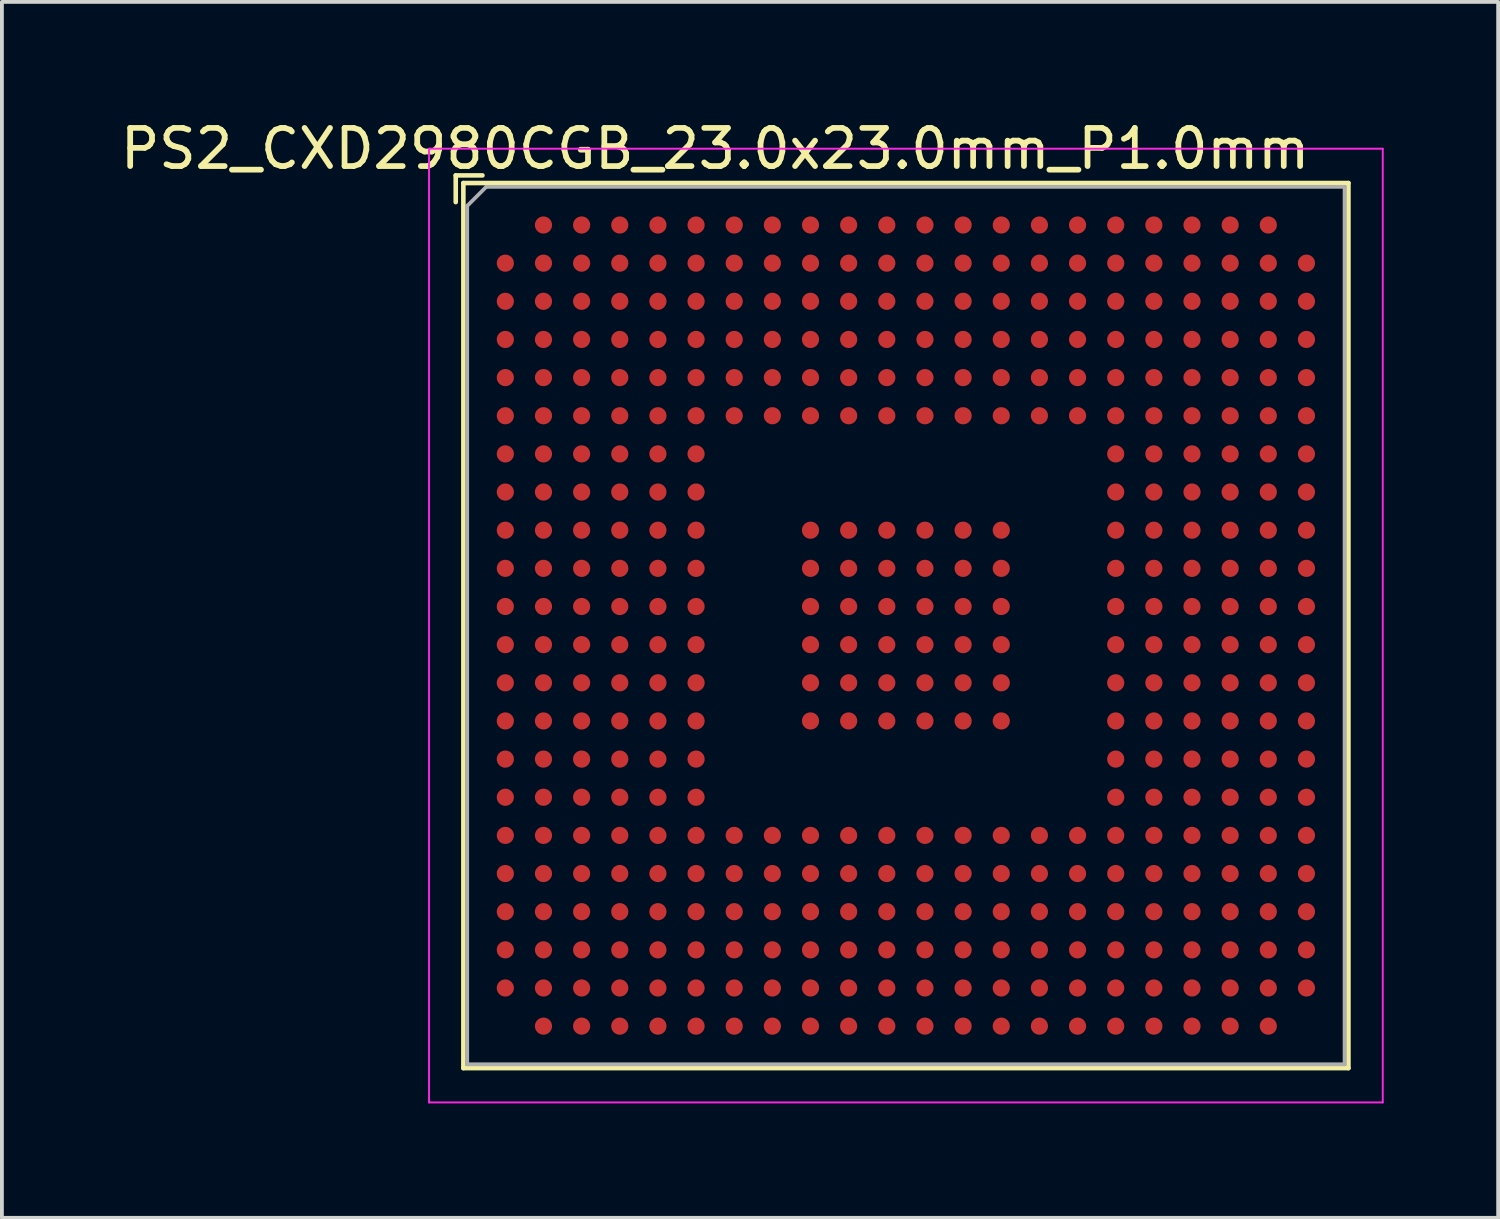
<source format=kicad_pcb>
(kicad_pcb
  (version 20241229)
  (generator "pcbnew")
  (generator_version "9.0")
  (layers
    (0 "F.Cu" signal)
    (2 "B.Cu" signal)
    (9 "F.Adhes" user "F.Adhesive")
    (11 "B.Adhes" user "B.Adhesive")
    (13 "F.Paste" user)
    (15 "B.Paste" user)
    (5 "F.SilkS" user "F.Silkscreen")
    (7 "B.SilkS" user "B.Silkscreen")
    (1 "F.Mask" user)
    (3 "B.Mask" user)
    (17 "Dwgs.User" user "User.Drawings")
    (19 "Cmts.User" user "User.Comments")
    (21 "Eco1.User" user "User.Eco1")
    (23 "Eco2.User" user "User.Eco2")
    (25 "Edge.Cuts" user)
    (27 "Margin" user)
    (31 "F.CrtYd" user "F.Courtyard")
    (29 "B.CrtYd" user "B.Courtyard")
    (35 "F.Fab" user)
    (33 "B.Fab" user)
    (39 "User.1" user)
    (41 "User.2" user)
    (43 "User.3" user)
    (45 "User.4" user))
  (footprint "PS2_CXD2980CGB_23.0x23.0mm_P1.0mm"
    (layer "F.Cu")
    (at 9.196 1.848)
    (property "Reference" "PS2_CXD2980CGB_23.0x23.0mm_P1.0mm" (at 6.5 -1 0) (layer "F.SilkS") (effects (font (size 1 1) (thickness 0.15))))
    (attr smd)
    (fp_line (start -0.3 -0.3) (end 0.4 -0.3) (stroke (width 0.12) (type solid)) (layer "F.SilkS"))
    (fp_line (start -0.3 0.4) (end -0.3 -0.3) (stroke (width 0.12) (type solid)) (layer "F.SilkS"))
    (fp_line (start -0.1 -0.1) (end 23.1 -0.1) (stroke (width 0.12) (type solid)) (layer "F.SilkS"))
    (fp_line (start -0.1 23.1) (end -0.1 -0.1) (stroke (width 0.12) (type solid)) (layer "F.SilkS"))
    (fp_line (start 23.1 -0.1) (end 23.1 23.1) (stroke (width 0.12) (type solid)) (layer "F.SilkS"))
    (fp_line (start 23.1 23.1) (end -0.1 23.1) (stroke (width 0.12) (type solid)) (layer "F.SilkS"))
    (fp_line (start -1 -1) (end -1 24) (stroke (width 0.05) (type solid)) (layer "F.CrtYd"))
    (fp_line (start -1 -1) (end 24 -1) (stroke (width 0.05) (type solid)) (layer "F.CrtYd"))
    (fp_line (start 24 24) (end -1 24) (stroke (width 0.05) (type solid)) (layer "F.CrtYd"))
    (fp_line (start 24 24) (end 24 -1) (stroke (width 0.05) (type solid)) (layer "F.CrtYd"))
    (fp_line (start 0 0.5) (end 0.5 0) (stroke (width 0.1) (type solid)) (layer "F.Fab"))
    (fp_line (start 0 23) (end 0 0.5) (stroke (width 0.1) (type solid)) (layer "F.Fab"))
    (fp_line (start 0.5 0) (end 23 0) (stroke (width 0.1) (type solid)) (layer "F.Fab"))
    (fp_line (start 23 0) (end 23 23) (stroke (width 0.1) (type solid)) (layer "F.Fab"))
    (fp_line (start 23 23) (end 0 23) (stroke (width 0.1) (type solid)) (layer "F.Fab"))
    (pad "A2" smd circle (at 2 1) (size 0.45 0.45) (property pad_prop_bga) (layers "F.Cu" "F.Mask"))
    (pad "A3" smd circle (at 3 1) (size 0.45 0.45) (property pad_prop_bga) (layers "F.Cu" "F.Mask"))
    (pad "A4" smd circle (at 4 1) (size 0.45 0.45) (property pad_prop_bga) (layers "F.Cu" "F.Mask"))
    (pad "A5" smd circle (at 5 1) (size 0.45 0.45) (property pad_prop_bga) (layers "F.Cu" "F.Mask"))
    (pad "A6" smd circle (at 6 1) (size 0.45 0.45) (property pad_prop_bga) (layers "F.Cu" "F.Mask"))
    (pad "A7" smd circle (at 7 1) (size 0.45 0.45) (property pad_prop_bga) (layers "F.Cu" "F.Mask"))
    (pad "A8" smd circle (at 8 1) (size 0.45 0.45) (property pad_prop_bga) (layers "F.Cu" "F.Mask"))
    (pad "A9" smd circle (at 9 1) (size 0.45 0.45) (property pad_prop_bga) (layers "F.Cu" "F.Mask"))
    (pad "A10" smd circle (at 10 1) (size 0.45 0.45) (property pad_prop_bga) (layers "F.Cu" "F.Mask"))
    (pad "A11" smd circle (at 11 1) (size 0.45 0.45) (property pad_prop_bga) (layers "F.Cu" "F.Mask"))
    (pad "A12" smd circle (at 12 1) (size 0.45 0.45) (property pad_prop_bga) (layers "F.Cu" "F.Mask"))
    (pad "A13" smd circle (at 13 1) (size 0.45 0.45) (property pad_prop_bga) (layers "F.Cu" "F.Mask"))
    (pad "A14" smd circle (at 14 1) (size 0.45 0.45) (property pad_prop_bga) (layers "F.Cu" "F.Mask"))
    (pad "A15" smd circle (at 15 1) (size 0.45 0.45) (property pad_prop_bga) (layers "F.Cu" "F.Mask"))
    (pad "A16" smd circle (at 16 1) (size 0.45 0.45) (property pad_prop_bga) (layers "F.Cu" "F.Mask"))
    (pad "A17" smd circle (at 17 1) (size 0.45 0.45) (property pad_prop_bga) (layers "F.Cu" "F.Mask"))
    (pad "A18" smd circle (at 18 1) (size 0.45 0.45) (property pad_prop_bga) (layers "F.Cu" "F.Mask"))
    (pad "A19" smd circle (at 19 1) (size 0.45 0.45) (property pad_prop_bga) (layers "F.Cu" "F.Mask"))
    (pad "A20" smd circle (at 20 1) (size 0.45 0.45) (property pad_prop_bga) (layers "F.Cu" "F.Mask"))
    (pad "A21" smd circle (at 21 1) (size 0.45 0.45) (property pad_prop_bga) (layers "F.Cu" "F.Mask"))
    (pad "AA1" smd circle (at 1 21) (size 0.45 0.45) (property pad_prop_bga) (layers "F.Cu" "F.Mask"))
    (pad "AA2" smd circle (at 2 21) (size 0.45 0.45) (property pad_prop_bga) (layers "F.Cu" "F.Mask"))
    (pad "AA3" smd circle (at 3 21) (size 0.45 0.45) (property pad_prop_bga) (layers "F.Cu" "F.Mask"))
    (pad "AA4" smd circle (at 4 21) (size 0.45 0.45) (property pad_prop_bga) (layers "F.Cu" "F.Mask"))
    (pad "AA5" smd circle (at 5 21) (size 0.45 0.45) (property pad_prop_bga) (layers "F.Cu" "F.Mask"))
    (pad "AA6" smd circle (at 6 21) (size 0.45 0.45) (property pad_prop_bga) (layers "F.Cu" "F.Mask"))
    (pad "AA7" smd circle (at 7 21) (size 0.45 0.45) (property pad_prop_bga) (layers "F.Cu" "F.Mask"))
    (pad "AA8" smd circle (at 8 21) (size 0.45 0.45) (property pad_prop_bga) (layers "F.Cu" "F.Mask"))
    (pad "AA9" smd circle (at 9 21) (size 0.45 0.45) (property pad_prop_bga) (layers "F.Cu" "F.Mask"))
    (pad "AA10" smd circle (at 10 21) (size 0.45 0.45) (property pad_prop_bga) (layers "F.Cu" "F.Mask"))
    (pad "AA11" smd circle (at 11 21) (size 0.45 0.45) (property pad_prop_bga) (layers "F.Cu" "F.Mask"))
    (pad "AA12" smd circle (at 12 21) (size 0.45 0.45) (property pad_prop_bga) (layers "F.Cu" "F.Mask"))
    (pad "AA13" smd circle (at 13 21) (size 0.45 0.45) (property pad_prop_bga) (layers "F.Cu" "F.Mask"))
    (pad "AA14" smd circle (at 14 21) (size 0.45 0.45) (property pad_prop_bga) (layers "F.Cu" "F.Mask"))
    (pad "AA15" smd circle (at 15 21) (size 0.45 0.45) (property pad_prop_bga) (layers "F.Cu" "F.Mask"))
    (pad "AA16" smd circle (at 16 21) (size 0.45 0.45) (property pad_prop_bga) (layers "F.Cu" "F.Mask"))
    (pad "AA17" smd circle (at 17 21) (size 0.45 0.45) (property pad_prop_bga) (layers "F.Cu" "F.Mask"))
    (pad "AA18" smd circle (at 18 21) (size 0.45 0.45) (property pad_prop_bga) (layers "F.Cu" "F.Mask"))
    (pad "AA19" smd circle (at 19 21) (size 0.45 0.45) (property pad_prop_bga) (layers "F.Cu" "F.Mask"))
    (pad "AA20" smd circle (at 20 21) (size 0.45 0.45) (property pad_prop_bga) (layers "F.Cu" "F.Mask"))
    (pad "AA21" smd circle (at 21 21) (size 0.45 0.45) (property pad_prop_bga) (layers "F.Cu" "F.Mask"))
    (pad "AA22" smd circle (at 22 21) (size 0.45 0.45) (property pad_prop_bga) (layers "F.Cu" "F.Mask"))
    (pad "AB2" smd circle (at 2 22) (size 0.45 0.45) (property pad_prop_bga) (layers "F.Cu" "F.Mask"))
    (pad "AB3" smd circle (at 3 22) (size 0.45 0.45) (property pad_prop_bga) (layers "F.Cu" "F.Mask"))
    (pad "AB4" smd circle (at 4 22) (size 0.45 0.45) (property pad_prop_bga) (layers "F.Cu" "F.Mask"))
    (pad "AB5" smd circle (at 5 22) (size 0.45 0.45) (property pad_prop_bga) (layers "F.Cu" "F.Mask"))
    (pad "AB6" smd circle (at 6 22) (size 0.45 0.45) (property pad_prop_bga) (layers "F.Cu" "F.Mask"))
    (pad "AB7" smd circle (at 7 22) (size 0.45 0.45) (property pad_prop_bga) (layers "F.Cu" "F.Mask"))
    (pad "AB8" smd circle (at 8 22) (size 0.45 0.45) (property pad_prop_bga) (layers "F.Cu" "F.Mask"))
    (pad "AB9" smd circle (at 9 22) (size 0.45 0.45) (property pad_prop_bga) (layers "F.Cu" "F.Mask"))
    (pad "AB10" smd circle (at 10 22) (size 0.45 0.45) (property pad_prop_bga) (layers "F.Cu" "F.Mask"))
    (pad "AB11" smd circle (at 11 22) (size 0.45 0.45) (property pad_prop_bga) (layers "F.Cu" "F.Mask"))
    (pad "AB12" smd circle (at 12 22) (size 0.45 0.45) (property pad_prop_bga) (layers "F.Cu" "F.Mask"))
    (pad "AB13" smd circle (at 13 22) (size 0.45 0.45) (property pad_prop_bga) (layers "F.Cu" "F.Mask"))
    (pad "AB14" smd circle (at 14 22) (size 0.45 0.45) (property pad_prop_bga) (layers "F.Cu" "F.Mask"))
    (pad "AB15" smd circle (at 15 22) (size 0.45 0.45) (property pad_prop_bga) (layers "F.Cu" "F.Mask"))
    (pad "AB16" smd circle (at 16 22) (size 0.45 0.45) (property pad_prop_bga) (layers "F.Cu" "F.Mask"))
    (pad "AB17" smd circle (at 17 22) (size 0.45 0.45) (property pad_prop_bga) (layers "F.Cu" "F.Mask"))
    (pad "AB18" smd circle (at 18 22) (size 0.45 0.45) (property pad_prop_bga) (layers "F.Cu" "F.Mask"))
    (pad "AB19" smd circle (at 19 22) (size 0.45 0.45) (property pad_prop_bga) (layers "F.Cu" "F.Mask"))
    (pad "AB20" smd circle (at 20 22) (size 0.45 0.45) (property pad_prop_bga) (layers "F.Cu" "F.Mask"))
    (pad "AB21" smd circle (at 21 22) (size 0.45 0.45) (property pad_prop_bga) (layers "F.Cu" "F.Mask"))
    (pad "B1" smd circle (at 1 2) (size 0.45 0.45) (property pad_prop_bga) (layers "F.Cu" "F.Mask"))
    (pad "B2" smd circle (at 2 2) (size 0.45 0.45) (property pad_prop_bga) (layers "F.Cu" "F.Mask"))
    (pad "B3" smd circle (at 3 2) (size 0.45 0.45) (property pad_prop_bga) (layers "F.Cu" "F.Mask"))
    (pad "B4" smd circle (at 4 2) (size 0.45 0.45) (property pad_prop_bga) (layers "F.Cu" "F.Mask"))
    (pad "B5" smd circle (at 5 2) (size 0.45 0.45) (property pad_prop_bga) (layers "F.Cu" "F.Mask"))
    (pad "B6" smd circle (at 6 2) (size 0.45 0.45) (property pad_prop_bga) (layers "F.Cu" "F.Mask"))
    (pad "B7" smd circle (at 7 2) (size 0.45 0.45) (property pad_prop_bga) (layers "F.Cu" "F.Mask"))
    (pad "B8" smd circle (at 8 2) (size 0.45 0.45) (property pad_prop_bga) (layers "F.Cu" "F.Mask"))
    (pad "B9" smd circle (at 9 2) (size 0.45 0.45) (property pad_prop_bga) (layers "F.Cu" "F.Mask"))
    (pad "B10" smd circle (at 10 2) (size 0.45 0.45) (property pad_prop_bga) (layers "F.Cu" "F.Mask"))
    (pad "B11" smd circle (at 11 2) (size 0.45 0.45) (property pad_prop_bga) (layers "F.Cu" "F.Mask"))
    (pad "B12" smd circle (at 12 2) (size 0.45 0.45) (property pad_prop_bga) (layers "F.Cu" "F.Mask"))
    (pad "B13" smd circle (at 13 2) (size 0.45 0.45) (property pad_prop_bga) (layers "F.Cu" "F.Mask"))
    (pad "B14" smd circle (at 14 2) (size 0.45 0.45) (property pad_prop_bga) (layers "F.Cu" "F.Mask"))
    (pad "B15" smd circle (at 15 2) (size 0.45 0.45) (property pad_prop_bga) (layers "F.Cu" "F.Mask"))
    (pad "B16" smd circle (at 16 2) (size 0.45 0.45) (property pad_prop_bga) (layers "F.Cu" "F.Mask"))
    (pad "B17" smd circle (at 17 2) (size 0.45 0.45) (property pad_prop_bga) (layers "F.Cu" "F.Mask"))
    (pad "B18" smd circle (at 18 2) (size 0.45 0.45) (property pad_prop_bga) (layers "F.Cu" "F.Mask"))
    (pad "B19" smd circle (at 19 2) (size 0.45 0.45) (property pad_prop_bga) (layers "F.Cu" "F.Mask"))
    (pad "B20" smd circle (at 20 2) (size 0.45 0.45) (property pad_prop_bga) (layers "F.Cu" "F.Mask"))
    (pad "B21" smd circle (at 21 2) (size 0.45 0.45) (property pad_prop_bga) (layers "F.Cu" "F.Mask"))
    (pad "B22" smd circle (at 22 2) (size 0.45 0.45) (property pad_prop_bga) (layers "F.Cu" "F.Mask"))
    (pad "C1" smd circle (at 1 3) (size 0.45 0.45) (property pad_prop_bga) (layers "F.Cu" "F.Mask"))
    (pad "C2" smd circle (at 2 3) (size 0.45 0.45) (property pad_prop_bga) (layers "F.Cu" "F.Mask"))
    (pad "C3" smd circle (at 3 3) (size 0.45 0.45) (property pad_prop_bga) (layers "F.Cu" "F.Mask"))
    (pad "C4" smd circle (at 4 3) (size 0.45 0.45) (property pad_prop_bga) (layers "F.Cu" "F.Mask"))
    (pad "C5" smd circle (at 5 3) (size 0.45 0.45) (property pad_prop_bga) (layers "F.Cu" "F.Mask"))
    (pad "C6" smd circle (at 6 3) (size 0.45 0.45) (property pad_prop_bga) (layers "F.Cu" "F.Mask"))
    (pad "C7" smd circle (at 7 3) (size 0.45 0.45) (property pad_prop_bga) (layers "F.Cu" "F.Mask"))
    (pad "C8" smd circle (at 8 3) (size 0.45 0.45) (property pad_prop_bga) (layers "F.Cu" "F.Mask"))
    (pad "C9" smd circle (at 9 3) (size 0.45 0.45) (property pad_prop_bga) (layers "F.Cu" "F.Mask"))
    (pad "C10" smd circle (at 10 3) (size 0.45 0.45) (property pad_prop_bga) (layers "F.Cu" "F.Mask"))
    (pad "C11" smd circle (at 11 3) (size 0.45 0.45) (property pad_prop_bga) (layers "F.Cu" "F.Mask"))
    (pad "C12" smd circle (at 12 3) (size 0.45 0.45) (property pad_prop_bga) (layers "F.Cu" "F.Mask"))
    (pad "C13" smd circle (at 13 3) (size 0.45 0.45) (property pad_prop_bga) (layers "F.Cu" "F.Mask"))
    (pad "C14" smd circle (at 14 3) (size 0.45 0.45) (property pad_prop_bga) (layers "F.Cu" "F.Mask"))
    (pad "C15" smd circle (at 15 3) (size 0.45 0.45) (property pad_prop_bga) (layers "F.Cu" "F.Mask"))
    (pad "C16" smd circle (at 16 3) (size 0.45 0.45) (property pad_prop_bga) (layers "F.Cu" "F.Mask"))
    (pad "C17" smd circle (at 17 3) (size 0.45 0.45) (property pad_prop_bga) (layers "F.Cu" "F.Mask"))
    (pad "C18" smd circle (at 18 3) (size 0.45 0.45) (property pad_prop_bga) (layers "F.Cu" "F.Mask"))
    (pad "C19" smd circle (at 19 3) (size 0.45 0.45) (property pad_prop_bga) (layers "F.Cu" "F.Mask"))
    (pad "C20" smd circle (at 20 3) (size 0.45 0.45) (property pad_prop_bga) (layers "F.Cu" "F.Mask"))
    (pad "C21" smd circle (at 21 3) (size 0.45 0.45) (property pad_prop_bga) (layers "F.Cu" "F.Mask"))
    (pad "C22" smd circle (at 22 3) (size 0.45 0.45) (property pad_prop_bga) (layers "F.Cu" "F.Mask"))
    (pad "D1" smd circle (at 1 4) (size 0.45 0.45) (property pad_prop_bga) (layers "F.Cu" "F.Mask"))
    (pad "D2" smd circle (at 2 4) (size 0.45 0.45) (property pad_prop_bga) (layers "F.Cu" "F.Mask"))
    (pad "D3" smd circle (at 3 4) (size 0.45 0.45) (property pad_prop_bga) (layers "F.Cu" "F.Mask"))
    (pad "D4" smd circle (at 4 4) (size 0.45 0.45) (property pad_prop_bga) (layers "F.Cu" "F.Mask"))
    (pad "D5" smd circle (at 5 4) (size 0.45 0.45) (property pad_prop_bga) (layers "F.Cu" "F.Mask"))
    (pad "D6" smd circle (at 6 4) (size 0.45 0.45) (property pad_prop_bga) (layers "F.Cu" "F.Mask"))
    (pad "D7" smd circle (at 7 4) (size 0.45 0.45) (property pad_prop_bga) (layers "F.Cu" "F.Mask"))
    (pad "D8" smd circle (at 8 4) (size 0.45 0.45) (property pad_prop_bga) (layers "F.Cu" "F.Mask"))
    (pad "D9" smd circle (at 9 4) (size 0.45 0.45) (property pad_prop_bga) (layers "F.Cu" "F.Mask"))
    (pad "D10" smd circle (at 10 4) (size 0.45 0.45) (property pad_prop_bga) (layers "F.Cu" "F.Mask"))
    (pad "D11" smd circle (at 11 4) (size 0.45 0.45) (property pad_prop_bga) (layers "F.Cu" "F.Mask"))
    (pad "D12" smd circle (at 12 4) (size 0.45 0.45) (property pad_prop_bga) (layers "F.Cu" "F.Mask"))
    (pad "D13" smd circle (at 13 4) (size 0.45 0.45) (property pad_prop_bga) (layers "F.Cu" "F.Mask"))
    (pad "D14" smd circle (at 14 4) (size 0.45 0.45) (property pad_prop_bga) (layers "F.Cu" "F.Mask"))
    (pad "D15" smd circle (at 15 4) (size 0.45 0.45) (property pad_prop_bga) (layers "F.Cu" "F.Mask"))
    (pad "D16" smd circle (at 16 4) (size 0.45 0.45) (property pad_prop_bga) (layers "F.Cu" "F.Mask"))
    (pad "D17" smd circle (at 17 4) (size 0.45 0.45) (property pad_prop_bga) (layers "F.Cu" "F.Mask"))
    (pad "D18" smd circle (at 18 4) (size 0.45 0.45) (property pad_prop_bga) (layers "F.Cu" "F.Mask"))
    (pad "D19" smd circle (at 19 4) (size 0.45 0.45) (property pad_prop_bga) (layers "F.Cu" "F.Mask"))
    (pad "D20" smd circle (at 20 4) (size 0.45 0.45) (property pad_prop_bga) (layers "F.Cu" "F.Mask"))
    (pad "D21" smd circle (at 21 4) (size 0.45 0.45) (property pad_prop_bga) (layers "F.Cu" "F.Mask"))
    (pad "D22" smd circle (at 22 4) (size 0.45 0.45) (property pad_prop_bga) (layers "F.Cu" "F.Mask"))
    (pad "E1" smd circle (at 1 5) (size 0.45 0.45) (property pad_prop_bga) (layers "F.Cu" "F.Mask"))
    (pad "E2" smd circle (at 2 5) (size 0.45 0.45) (property pad_prop_bga) (layers "F.Cu" "F.Mask"))
    (pad "E3" smd circle (at 3 5) (size 0.45 0.45) (property pad_prop_bga) (layers "F.Cu" "F.Mask"))
    (pad "E4" smd circle (at 4 5) (size 0.45 0.45) (property pad_prop_bga) (layers "F.Cu" "F.Mask"))
    (pad "E5" smd circle (at 5 5) (size 0.45 0.45) (property pad_prop_bga) (layers "F.Cu" "F.Mask"))
    (pad "E6" smd circle (at 6 5) (size 0.45 0.45) (property pad_prop_bga) (layers "F.Cu" "F.Mask"))
    (pad "E7" smd circle (at 7 5) (size 0.45 0.45) (property pad_prop_bga) (layers "F.Cu" "F.Mask"))
    (pad "E8" smd circle (at 8 5) (size 0.45 0.45) (property pad_prop_bga) (layers "F.Cu" "F.Mask"))
    (pad "E9" smd circle (at 9 5) (size 0.45 0.45) (property pad_prop_bga) (layers "F.Cu" "F.Mask"))
    (pad "E10" smd circle (at 10 5) (size 0.45 0.45) (property pad_prop_bga) (layers "F.Cu" "F.Mask"))
    (pad "E11" smd circle (at 11 5) (size 0.45 0.45) (property pad_prop_bga) (layers "F.Cu" "F.Mask"))
    (pad "E12" smd circle (at 12 5) (size 0.45 0.45) (property pad_prop_bga) (layers "F.Cu" "F.Mask"))
    (pad "E13" smd circle (at 13 5) (size 0.45 0.45) (property pad_prop_bga) (layers "F.Cu" "F.Mask"))
    (pad "E14" smd circle (at 14 5) (size 0.45 0.45) (property pad_prop_bga) (layers "F.Cu" "F.Mask"))
    (pad "E15" smd circle (at 15 5) (size 0.45 0.45) (property pad_prop_bga) (layers "F.Cu" "F.Mask"))
    (pad "E16" smd circle (at 16 5) (size 0.45 0.45) (property pad_prop_bga) (layers "F.Cu" "F.Mask"))
    (pad "E17" smd circle (at 17 5) (size 0.45 0.45) (property pad_prop_bga) (layers "F.Cu" "F.Mask"))
    (pad "E18" smd circle (at 18 5) (size 0.45 0.45) (property pad_prop_bga) (layers "F.Cu" "F.Mask"))
    (pad "E19" smd circle (at 19 5) (size 0.45 0.45) (property pad_prop_bga) (layers "F.Cu" "F.Mask"))
    (pad "E20" smd circle (at 20 5) (size 0.45 0.45) (property pad_prop_bga) (layers "F.Cu" "F.Mask"))
    (pad "E21" smd circle (at 21 5) (size 0.45 0.45) (property pad_prop_bga) (layers "F.Cu" "F.Mask"))
    (pad "E22" smd circle (at 22 5) (size 0.45 0.45) (property pad_prop_bga) (layers "F.Cu" "F.Mask"))
    (pad "F1" smd circle (at 1 6) (size 0.45 0.45) (property pad_prop_bga) (layers "F.Cu" "F.Mask"))
    (pad "F2" smd circle (at 2 6) (size 0.45 0.45) (property pad_prop_bga) (layers "F.Cu" "F.Mask"))
    (pad "F3" smd circle (at 3 6) (size 0.45 0.45) (property pad_prop_bga) (layers "F.Cu" "F.Mask"))
    (pad "F4" smd circle (at 4 6) (size 0.45 0.45) (property pad_prop_bga) (layers "F.Cu" "F.Mask"))
    (pad "F5" smd circle (at 5 6) (size 0.45 0.45) (property pad_prop_bga) (layers "F.Cu" "F.Mask"))
    (pad "F6" smd circle (at 6 6) (size 0.45 0.45) (property pad_prop_bga) (layers "F.Cu" "F.Mask"))
    (pad "F7" smd circle (at 7 6) (size 0.45 0.45) (property pad_prop_bga) (layers "F.Cu" "F.Mask"))
    (pad "F8" smd circle (at 8 6) (size 0.45 0.45) (property pad_prop_bga) (layers "F.Cu" "F.Mask"))
    (pad "F9" smd circle (at 9 6) (size 0.45 0.45) (property pad_prop_bga) (layers "F.Cu" "F.Mask"))
    (pad "F10" smd circle (at 10 6) (size 0.45 0.45) (property pad_prop_bga) (layers "F.Cu" "F.Mask"))
    (pad "F11" smd circle (at 11 6) (size 0.45 0.45) (property pad_prop_bga) (layers "F.Cu" "F.Mask"))
    (pad "F12" smd circle (at 12 6) (size 0.45 0.45) (property pad_prop_bga) (layers "F.Cu" "F.Mask"))
    (pad "F13" smd circle (at 13 6) (size 0.45 0.45) (property pad_prop_bga) (layers "F.Cu" "F.Mask"))
    (pad "F14" smd circle (at 14 6) (size 0.45 0.45) (property pad_prop_bga) (layers "F.Cu" "F.Mask"))
    (pad "F15" smd circle (at 15 6) (size 0.45 0.45) (property pad_prop_bga) (layers "F.Cu" "F.Mask"))
    (pad "F16" smd circle (at 16 6) (size 0.45 0.45) (property pad_prop_bga) (layers "F.Cu" "F.Mask"))
    (pad "F17" smd circle (at 17 6) (size 0.45 0.45) (property pad_prop_bga) (layers "F.Cu" "F.Mask"))
    (pad "F18" smd circle (at 18 6) (size 0.45 0.45) (property pad_prop_bga) (layers "F.Cu" "F.Mask"))
    (pad "F19" smd circle (at 19 6) (size 0.45 0.45) (property pad_prop_bga) (layers "F.Cu" "F.Mask"))
    (pad "F20" smd circle (at 20 6) (size 0.45 0.45) (property pad_prop_bga) (layers "F.Cu" "F.Mask"))
    (pad "F21" smd circle (at 21 6) (size 0.45 0.45) (property pad_prop_bga) (layers "F.Cu" "F.Mask"))
    (pad "F22" smd circle (at 22 6) (size 0.45 0.45) (property pad_prop_bga) (layers "F.Cu" "F.Mask"))
    (pad "G1" smd circle (at 1 7) (size 0.45 0.45) (property pad_prop_bga) (layers "F.Cu" "F.Mask"))
    (pad "G2" smd circle (at 2 7) (size 0.45 0.45) (property pad_prop_bga) (layers "F.Cu" "F.Mask"))
    (pad "G3" smd circle (at 3 7) (size 0.45 0.45) (property pad_prop_bga) (layers "F.Cu" "F.Mask"))
    (pad "G4" smd circle (at 4 7) (size 0.45 0.45) (property pad_prop_bga) (layers "F.Cu" "F.Mask"))
    (pad "G5" smd circle (at 5 7) (size 0.45 0.45) (property pad_prop_bga) (layers "F.Cu" "F.Mask"))
    (pad "G6" smd circle (at 6 7) (size 0.45 0.45) (property pad_prop_bga) (layers "F.Cu" "F.Mask"))
    (pad "G17" smd circle (at 17 7) (size 0.45 0.45) (property pad_prop_bga) (layers "F.Cu" "F.Mask"))
    (pad "G18" smd circle (at 18 7) (size 0.45 0.45) (property pad_prop_bga) (layers "F.Cu" "F.Mask"))
    (pad "G19" smd circle (at 19 7) (size 0.45 0.45) (property pad_prop_bga) (layers "F.Cu" "F.Mask"))
    (pad "G20" smd circle (at 20 7) (size 0.45 0.45) (property pad_prop_bga) (layers "F.Cu" "F.Mask"))
    (pad "G21" smd circle (at 21 7) (size 0.45 0.45) (property pad_prop_bga) (layers "F.Cu" "F.Mask"))
    (pad "G22" smd circle (at 22 7) (size 0.45 0.45) (property pad_prop_bga) (layers "F.Cu" "F.Mask"))
    (pad "H1" smd circle (at 1 8) (size 0.45 0.45) (property pad_prop_bga) (layers "F.Cu" "F.Mask"))
    (pad "H2" smd circle (at 2 8) (size 0.45 0.45) (property pad_prop_bga) (layers "F.Cu" "F.Mask"))
    (pad "H3" smd circle (at 3 8) (size 0.45 0.45) (property pad_prop_bga) (layers "F.Cu" "F.Mask"))
    (pad "H4" smd circle (at 4 8) (size 0.45 0.45) (property pad_prop_bga) (layers "F.Cu" "F.Mask"))
    (pad "H5" smd circle (at 5 8) (size 0.45 0.45) (property pad_prop_bga) (layers "F.Cu" "F.Mask"))
    (pad "H6" smd circle (at 6 8) (size 0.45 0.45) (property pad_prop_bga) (layers "F.Cu" "F.Mask"))
    (pad "H17" smd circle (at 17 8) (size 0.45 0.45) (property pad_prop_bga) (layers "F.Cu" "F.Mask"))
    (pad "H18" smd circle (at 18 8) (size 0.45 0.45) (property pad_prop_bga) (layers "F.Cu" "F.Mask"))
    (pad "H19" smd circle (at 19 8) (size 0.45 0.45) (property pad_prop_bga) (layers "F.Cu" "F.Mask"))
    (pad "H20" smd circle (at 20 8) (size 0.45 0.45) (property pad_prop_bga) (layers "F.Cu" "F.Mask"))
    (pad "H21" smd circle (at 21 8) (size 0.45 0.45) (property pad_prop_bga) (layers "F.Cu" "F.Mask"))
    (pad "H22" smd circle (at 22 8) (size 0.45 0.45) (property pad_prop_bga) (layers "F.Cu" "F.Mask"))
    (pad "J1" smd circle (at 1 9) (size 0.45 0.45) (property pad_prop_bga) (layers "F.Cu" "F.Mask"))
    (pad "J2" smd circle (at 2 9) (size 0.45 0.45) (property pad_prop_bga) (layers "F.Cu" "F.Mask"))
    (pad "J3" smd circle (at 3 9) (size 0.45 0.45) (property pad_prop_bga) (layers "F.Cu" "F.Mask"))
    (pad "J4" smd circle (at 4 9) (size 0.45 0.45) (property pad_prop_bga) (layers "F.Cu" "F.Mask"))
    (pad "J5" smd circle (at 5 9) (size 0.45 0.45) (property pad_prop_bga) (layers "F.Cu" "F.Mask"))
    (pad "J6" smd circle (at 6 9) (size 0.45 0.45) (property pad_prop_bga) (layers "F.Cu" "F.Mask"))
    (pad "J9" smd circle (at 9 9) (size 0.45 0.45) (property pad_prop_bga) (layers "F.Cu" "F.Mask"))
    (pad "J10" smd circle (at 10 9) (size 0.45 0.45) (property pad_prop_bga) (layers "F.Cu" "F.Mask"))
    (pad "J11" smd circle (at 11 9) (size 0.45 0.45) (property pad_prop_bga) (layers "F.Cu" "F.Mask"))
    (pad "J12" smd circle (at 12 9) (size 0.45 0.45) (property pad_prop_bga) (layers "F.Cu" "F.Mask"))
    (pad "J13" smd circle (at 13 9) (size 0.45 0.45) (property pad_prop_bga) (layers "F.Cu" "F.Mask"))
    (pad "J14" smd circle (at 14 9) (size 0.45 0.45) (property pad_prop_bga) (layers "F.Cu" "F.Mask"))
    (pad "J17" smd circle (at 17 9) (size 0.45 0.45) (property pad_prop_bga) (layers "F.Cu" "F.Mask"))
    (pad "J18" smd circle (at 18 9) (size 0.45 0.45) (property pad_prop_bga) (layers "F.Cu" "F.Mask"))
    (pad "J19" smd circle (at 19 9) (size 0.45 0.45) (property pad_prop_bga) (layers "F.Cu" "F.Mask"))
    (pad "J20" smd circle (at 20 9) (size 0.45 0.45) (property pad_prop_bga) (layers "F.Cu" "F.Mask"))
    (pad "J21" smd circle (at 21 9) (size 0.45 0.45) (property pad_prop_bga) (layers "F.Cu" "F.Mask"))
    (pad "J22" smd circle (at 22 9) (size 0.45 0.45) (property pad_prop_bga) (layers "F.Cu" "F.Mask"))
    (pad "K1" smd circle (at 1 10) (size 0.45 0.45) (property pad_prop_bga) (layers "F.Cu" "F.Mask"))
    (pad "K2" smd circle (at 2 10) (size 0.45 0.45) (property pad_prop_bga) (layers "F.Cu" "F.Mask"))
    (pad "K3" smd circle (at 3 10) (size 0.45 0.45) (property pad_prop_bga) (layers "F.Cu" "F.Mask"))
    (pad "K4" smd circle (at 4 10) (size 0.45 0.45) (property pad_prop_bga) (layers "F.Cu" "F.Mask"))
    (pad "K5" smd circle (at 5 10) (size 0.45 0.45) (property pad_prop_bga) (layers "F.Cu" "F.Mask"))
    (pad "K6" smd circle (at 6 10) (size 0.45 0.45) (property pad_prop_bga) (layers "F.Cu" "F.Mask"))
    (pad "K9" smd circle (at 9 10) (size 0.45 0.45) (property pad_prop_bga) (layers "F.Cu" "F.Mask"))
    (pad "K10" smd circle (at 10 10) (size 0.45 0.45) (property pad_prop_bga) (layers "F.Cu" "F.Mask"))
    (pad "K11" smd circle (at 11 10) (size 0.45 0.45) (property pad_prop_bga) (layers "F.Cu" "F.Mask"))
    (pad "K12" smd circle (at 12 10) (size 0.45 0.45) (property pad_prop_bga) (layers "F.Cu" "F.Mask"))
    (pad "K13" smd circle (at 13 10) (size 0.45 0.45) (property pad_prop_bga) (layers "F.Cu" "F.Mask"))
    (pad "K14" smd circle (at 14 10) (size 0.45 0.45) (property pad_prop_bga) (layers "F.Cu" "F.Mask"))
    (pad "K17" smd circle (at 17 10) (size 0.45 0.45) (property pad_prop_bga) (layers "F.Cu" "F.Mask"))
    (pad "K18" smd circle (at 18 10) (size 0.45 0.45) (property pad_prop_bga) (layers "F.Cu" "F.Mask"))
    (pad "K19" smd circle (at 19 10) (size 0.45 0.45) (property pad_prop_bga) (layers "F.Cu" "F.Mask"))
    (pad "K20" smd circle (at 20 10) (size 0.45 0.45) (property pad_prop_bga) (layers "F.Cu" "F.Mask"))
    (pad "K21" smd circle (at 21 10) (size 0.45 0.45) (property pad_prop_bga) (layers "F.Cu" "F.Mask"))
    (pad "K22" smd circle (at 22 10) (size 0.45 0.45) (property pad_prop_bga) (layers "F.Cu" "F.Mask"))
    (pad "L1" smd circle (at 1 11) (size 0.45 0.45) (property pad_prop_bga) (layers "F.Cu" "F.Mask"))
    (pad "L2" smd circle (at 2 11) (size 0.45 0.45) (property pad_prop_bga) (layers "F.Cu" "F.Mask"))
    (pad "L3" smd circle (at 3 11) (size 0.45 0.45) (property pad_prop_bga) (layers "F.Cu" "F.Mask"))
    (pad "L4" smd circle (at 4 11) (size 0.45 0.45) (property pad_prop_bga) (layers "F.Cu" "F.Mask"))
    (pad "L5" smd circle (at 5 11) (size 0.45 0.45) (property pad_prop_bga) (layers "F.Cu" "F.Mask"))
    (pad "L6" smd circle (at 6 11) (size 0.45 0.45) (property pad_prop_bga) (layers "F.Cu" "F.Mask"))
    (pad "L9" smd circle (at 9 11) (size 0.45 0.45) (property pad_prop_bga) (layers "F.Cu" "F.Mask"))
    (pad "L10" smd circle (at 10 11) (size 0.45 0.45) (property pad_prop_bga) (layers "F.Cu" "F.Mask"))
    (pad "L11" smd circle (at 11 11) (size 0.45 0.45) (property pad_prop_bga) (layers "F.Cu" "F.Mask"))
    (pad "L12" smd circle (at 12 11) (size 0.45 0.45) (property pad_prop_bga) (layers "F.Cu" "F.Mask"))
    (pad "L13" smd circle (at 13 11) (size 0.45 0.45) (property pad_prop_bga) (layers "F.Cu" "F.Mask"))
    (pad "L14" smd circle (at 14 11) (size 0.45 0.45) (property pad_prop_bga) (layers "F.Cu" "F.Mask"))
    (pad "L17" smd circle (at 17 11) (size 0.45 0.45) (property pad_prop_bga) (layers "F.Cu" "F.Mask"))
    (pad "L18" smd circle (at 18 11) (size 0.45 0.45) (property pad_prop_bga) (layers "F.Cu" "F.Mask"))
    (pad "L19" smd circle (at 19 11) (size 0.45 0.45) (property pad_prop_bga) (layers "F.Cu" "F.Mask"))
    (pad "L20" smd circle (at 20 11) (size 0.45 0.45) (property pad_prop_bga) (layers "F.Cu" "F.Mask"))
    (pad "L21" smd circle (at 21 11) (size 0.45 0.45) (property pad_prop_bga) (layers "F.Cu" "F.Mask"))
    (pad "L22" smd circle (at 22 11) (size 0.45 0.45) (property pad_prop_bga) (layers "F.Cu" "F.Mask"))
    (pad "M1" smd circle (at 1 12) (size 0.45 0.45) (property pad_prop_bga) (layers "F.Cu" "F.Mask"))
    (pad "M2" smd circle (at 2 12) (size 0.45 0.45) (property pad_prop_bga) (layers "F.Cu" "F.Mask"))
    (pad "M3" smd circle (at 3 12) (size 0.45 0.45) (property pad_prop_bga) (layers "F.Cu" "F.Mask"))
    (pad "M4" smd circle (at 4 12) (size 0.45 0.45) (property pad_prop_bga) (layers "F.Cu" "F.Mask"))
    (pad "M5" smd circle (at 5 12) (size 0.45 0.45) (property pad_prop_bga) (layers "F.Cu" "F.Mask"))
    (pad "M6" smd circle (at 6 12) (size 0.45 0.45) (property pad_prop_bga) (layers "F.Cu" "F.Mask"))
    (pad "M9" smd circle (at 9 12) (size 0.45 0.45) (property pad_prop_bga) (layers "F.Cu" "F.Mask"))
    (pad "M10" smd circle (at 10 12) (size 0.45 0.45) (property pad_prop_bga) (layers "F.Cu" "F.Mask"))
    (pad "M11" smd circle (at 11 12) (size 0.45 0.45) (property pad_prop_bga) (layers "F.Cu" "F.Mask"))
    (pad "M12" smd circle (at 12 12) (size 0.45 0.45) (property pad_prop_bga) (layers "F.Cu" "F.Mask"))
    (pad "M13" smd circle (at 13 12) (size 0.45 0.45) (property pad_prop_bga) (layers "F.Cu" "F.Mask"))
    (pad "M14" smd circle (at 14 12) (size 0.45 0.45) (property pad_prop_bga) (layers "F.Cu" "F.Mask"))
    (pad "M17" smd circle (at 17 12) (size 0.45 0.45) (property pad_prop_bga) (layers "F.Cu" "F.Mask"))
    (pad "M18" smd circle (at 18 12) (size 0.45 0.45) (property pad_prop_bga) (layers "F.Cu" "F.Mask"))
    (pad "M19" smd circle (at 19 12) (size 0.45 0.45) (property pad_prop_bga) (layers "F.Cu" "F.Mask"))
    (pad "M20" smd circle (at 20 12) (size 0.45 0.45) (property pad_prop_bga) (layers "F.Cu" "F.Mask"))
    (pad "M21" smd circle (at 21 12) (size 0.45 0.45) (property pad_prop_bga) (layers "F.Cu" "F.Mask"))
    (pad "M22" smd circle (at 22 12) (size 0.45 0.45) (property pad_prop_bga) (layers "F.Cu" "F.Mask"))
    (pad "N1" smd circle (at 1 13) (size 0.45 0.45) (property pad_prop_bga) (layers "F.Cu" "F.Mask"))
    (pad "N2" smd circle (at 2 13) (size 0.45 0.45) (property pad_prop_bga) (layers "F.Cu" "F.Mask"))
    (pad "N3" smd circle (at 3 13) (size 0.45 0.45) (property pad_prop_bga) (layers "F.Cu" "F.Mask"))
    (pad "N4" smd circle (at 4 13) (size 0.45 0.45) (property pad_prop_bga) (layers "F.Cu" "F.Mask"))
    (pad "N5" smd circle (at 5 13) (size 0.45 0.45) (property pad_prop_bga) (layers "F.Cu" "F.Mask"))
    (pad "N6" smd circle (at 6 13) (size 0.45 0.45) (property pad_prop_bga) (layers "F.Cu" "F.Mask"))
    (pad "N9" smd circle (at 9 13) (size 0.45 0.45) (property pad_prop_bga) (layers "F.Cu" "F.Mask"))
    (pad "N10" smd circle (at 10 13) (size 0.45 0.45) (property pad_prop_bga) (layers "F.Cu" "F.Mask"))
    (pad "N11" smd circle (at 11 13) (size 0.45 0.45) (property pad_prop_bga) (layers "F.Cu" "F.Mask"))
    (pad "N12" smd circle (at 12 13) (size 0.45 0.45) (property pad_prop_bga) (layers "F.Cu" "F.Mask"))
    (pad "N13" smd circle (at 13 13) (size 0.45 0.45) (property pad_prop_bga) (layers "F.Cu" "F.Mask"))
    (pad "N14" smd circle (at 14 13) (size 0.45 0.45) (property pad_prop_bga) (layers "F.Cu" "F.Mask"))
    (pad "N17" smd circle (at 17 13) (size 0.45 0.45) (property pad_prop_bga) (layers "F.Cu" "F.Mask"))
    (pad "N18" smd circle (at 18 13) (size 0.45 0.45) (property pad_prop_bga) (layers "F.Cu" "F.Mask"))
    (pad "N19" smd circle (at 19 13) (size 0.45 0.45) (property pad_prop_bga) (layers "F.Cu" "F.Mask"))
    (pad "N20" smd circle (at 20 13) (size 0.45 0.45) (property pad_prop_bga) (layers "F.Cu" "F.Mask"))
    (pad "N21" smd circle (at 21 13) (size 0.45 0.45) (property pad_prop_bga) (layers "F.Cu" "F.Mask"))
    (pad "N22" smd circle (at 22 13) (size 0.45 0.45) (property pad_prop_bga) (layers "F.Cu" "F.Mask"))
    (pad "P1" smd circle (at 1 14) (size 0.45 0.45) (property pad_prop_bga) (layers "F.Cu" "F.Mask"))
    (pad "P2" smd circle (at 2 14) (size 0.45 0.45) (property pad_prop_bga) (layers "F.Cu" "F.Mask"))
    (pad "P3" smd circle (at 3 14) (size 0.45 0.45) (property pad_prop_bga) (layers "F.Cu" "F.Mask"))
    (pad "P4" smd circle (at 4 14) (size 0.45 0.45) (property pad_prop_bga) (layers "F.Cu" "F.Mask"))
    (pad "P5" smd circle (at 5 14) (size 0.45 0.45) (property pad_prop_bga) (layers "F.Cu" "F.Mask"))
    (pad "P6" smd circle (at 6 14) (size 0.45 0.45) (property pad_prop_bga) (layers "F.Cu" "F.Mask"))
    (pad "P9" smd circle (at 9 14) (size 0.45 0.45) (property pad_prop_bga) (layers "F.Cu" "F.Mask"))
    (pad "P10" smd circle (at 10 14) (size 0.45 0.45) (property pad_prop_bga) (layers "F.Cu" "F.Mask"))
    (pad "P11" smd circle (at 11 14) (size 0.45 0.45) (property pad_prop_bga) (layers "F.Cu" "F.Mask"))
    (pad "P12" smd circle (at 12 14) (size 0.45 0.45) (property pad_prop_bga) (layers "F.Cu" "F.Mask"))
    (pad "P13" smd circle (at 13 14) (size 0.45 0.45) (property pad_prop_bga) (layers "F.Cu" "F.Mask"))
    (pad "P14" smd circle (at 14 14) (size 0.45 0.45) (property pad_prop_bga) (layers "F.Cu" "F.Mask"))
    (pad "P17" smd circle (at 17 14) (size 0.45 0.45) (property pad_prop_bga) (layers "F.Cu" "F.Mask"))
    (pad "P18" smd circle (at 18 14) (size 0.45 0.45) (property pad_prop_bga) (layers "F.Cu" "F.Mask"))
    (pad "P19" smd circle (at 19 14) (size 0.45 0.45) (property pad_prop_bga) (layers "F.Cu" "F.Mask"))
    (pad "P20" smd circle (at 20 14) (size 0.45 0.45) (property pad_prop_bga) (layers "F.Cu" "F.Mask"))
    (pad "P21" smd circle (at 21 14) (size 0.45 0.45) (property pad_prop_bga) (layers "F.Cu" "F.Mask"))
    (pad "P22" smd circle (at 22 14) (size 0.45 0.45) (property pad_prop_bga) (layers "F.Cu" "F.Mask"))
    (pad "R1" smd circle (at 1 15) (size 0.45 0.45) (property pad_prop_bga) (layers "F.Cu" "F.Mask"))
    (pad "R2" smd circle (at 2 15) (size 0.45 0.45) (property pad_prop_bga) (layers "F.Cu" "F.Mask"))
    (pad "R3" smd circle (at 3 15) (size 0.45 0.45) (property pad_prop_bga) (layers "F.Cu" "F.Mask"))
    (pad "R4" smd circle (at 4 15) (size 0.45 0.45) (property pad_prop_bga) (layers "F.Cu" "F.Mask"))
    (pad "R5" smd circle (at 5 15) (size 0.45 0.45) (property pad_prop_bga) (layers "F.Cu" "F.Mask"))
    (pad "R6" smd circle (at 6 15) (size 0.45 0.45) (property pad_prop_bga) (layers "F.Cu" "F.Mask"))
    (pad "R17" smd circle (at 17 15) (size 0.45 0.45) (property pad_prop_bga) (layers "F.Cu" "F.Mask"))
    (pad "R18" smd circle (at 18 15) (size 0.45 0.45) (property pad_prop_bga) (layers "F.Cu" "F.Mask"))
    (pad "R19" smd circle (at 19 15) (size 0.45 0.45) (property pad_prop_bga) (layers "F.Cu" "F.Mask"))
    (pad "R20" smd circle (at 20 15) (size 0.45 0.45) (property pad_prop_bga) (layers "F.Cu" "F.Mask"))
    (pad "R21" smd circle (at 21 15) (size 0.45 0.45) (property pad_prop_bga) (layers "F.Cu" "F.Mask"))
    (pad "R22" smd circle (at 22 15) (size 0.45 0.45) (property pad_prop_bga) (layers "F.Cu" "F.Mask"))
    (pad "T1" smd circle (at 1 16) (size 0.45 0.45) (property pad_prop_bga) (layers "F.Cu" "F.Mask"))
    (pad "T2" smd circle (at 2 16) (size 0.45 0.45) (property pad_prop_bga) (layers "F.Cu" "F.Mask"))
    (pad "T3" smd circle (at 3 16) (size 0.45 0.45) (property pad_prop_bga) (layers "F.Cu" "F.Mask"))
    (pad "T4" smd circle (at 4 16) (size 0.45 0.45) (property pad_prop_bga) (layers "F.Cu" "F.Mask"))
    (pad "T5" smd circle (at 5 16) (size 0.45 0.45) (property pad_prop_bga) (layers "F.Cu" "F.Mask"))
    (pad "T6" smd circle (at 6 16) (size 0.45 0.45) (property pad_prop_bga) (layers "F.Cu" "F.Mask"))
    (pad "T17" smd circle (at 17 16) (size 0.45 0.45) (property pad_prop_bga) (layers "F.Cu" "F.Mask"))
    (pad "T18" smd circle (at 18 16) (size 0.45 0.45) (property pad_prop_bga) (layers "F.Cu" "F.Mask"))
    (pad "T19" smd circle (at 19 16) (size 0.45 0.45) (property pad_prop_bga) (layers "F.Cu" "F.Mask"))
    (pad "T20" smd circle (at 20 16) (size 0.45 0.45) (property pad_prop_bga) (layers "F.Cu" "F.Mask"))
    (pad "T21" smd circle (at 21 16) (size 0.45 0.45) (property pad_prop_bga) (layers "F.Cu" "F.Mask"))
    (pad "T22" smd circle (at 22 16) (size 0.45 0.45) (property pad_prop_bga) (layers "F.Cu" "F.Mask"))
    (pad "U1" smd circle (at 1 17) (size 0.45 0.45) (property pad_prop_bga) (layers "F.Cu" "F.Mask"))
    (pad "U2" smd circle (at 2 17) (size 0.45 0.45) (property pad_prop_bga) (layers "F.Cu" "F.Mask"))
    (pad "U3" smd circle (at 3 17) (size 0.45 0.45) (property pad_prop_bga) (layers "F.Cu" "F.Mask"))
    (pad "U4" smd circle (at 4 17) (size 0.45 0.45) (property pad_prop_bga) (layers "F.Cu" "F.Mask"))
    (pad "U5" smd circle (at 5 17) (size 0.45 0.45) (property pad_prop_bga) (layers "F.Cu" "F.Mask"))
    (pad "U6" smd circle (at 6 17) (size 0.45 0.45) (property pad_prop_bga) (layers "F.Cu" "F.Mask"))
    (pad "U7" smd circle (at 7 17) (size 0.45 0.45) (property pad_prop_bga) (layers "F.Cu" "F.Mask"))
    (pad "U8" smd circle (at 8 17) (size 0.45 0.45) (property pad_prop_bga) (layers "F.Cu" "F.Mask"))
    (pad "U9" smd circle (at 9 17) (size 0.45 0.45) (property pad_prop_bga) (layers "F.Cu" "F.Mask"))
    (pad "U10" smd circle (at 10 17) (size 0.45 0.45) (property pad_prop_bga) (layers "F.Cu" "F.Mask"))
    (pad "U11" smd circle (at 11 17) (size 0.45 0.45) (property pad_prop_bga) (layers "F.Cu" "F.Mask"))
    (pad "U12" smd circle (at 12 17) (size 0.45 0.45) (property pad_prop_bga) (layers "F.Cu" "F.Mask"))
    (pad "U13" smd circle (at 13 17) (size 0.45 0.45) (property pad_prop_bga) (layers "F.Cu" "F.Mask"))
    (pad "U14" smd circle (at 14 17) (size 0.45 0.45) (property pad_prop_bga) (layers "F.Cu" "F.Mask"))
    (pad "U15" smd circle (at 15 17) (size 0.45 0.45) (property pad_prop_bga) (layers "F.Cu" "F.Mask"))
    (pad "U16" smd circle (at 16 17) (size 0.45 0.45) (property pad_prop_bga) (layers "F.Cu" "F.Mask"))
    (pad "U17" smd circle (at 17 17) (size 0.45 0.45) (property pad_prop_bga) (layers "F.Cu" "F.Mask"))
    (pad "U18" smd circle (at 18 17) (size 0.45 0.45) (property pad_prop_bga) (layers "F.Cu" "F.Mask"))
    (pad "U19" smd circle (at 19 17) (size 0.45 0.45) (property pad_prop_bga) (layers "F.Cu" "F.Mask"))
    (pad "U20" smd circle (at 20 17) (size 0.45 0.45) (property pad_prop_bga) (layers "F.Cu" "F.Mask"))
    (pad "U21" smd circle (at 21 17) (size 0.45 0.45) (property pad_prop_bga) (layers "F.Cu" "F.Mask"))
    (pad "U22" smd circle (at 22 17) (size 0.45 0.45) (property pad_prop_bga) (layers "F.Cu" "F.Mask"))
    (pad "V1" smd circle (at 1 18) (size 0.45 0.45) (property pad_prop_bga) (layers "F.Cu" "F.Mask"))
    (pad "V2" smd circle (at 2 18) (size 0.45 0.45) (property pad_prop_bga) (layers "F.Cu" "F.Mask"))
    (pad "V3" smd circle (at 3 18) (size 0.45 0.45) (property pad_prop_bga) (layers "F.Cu" "F.Mask"))
    (pad "V4" smd circle (at 4 18) (size 0.45 0.45) (property pad_prop_bga) (layers "F.Cu" "F.Mask"))
    (pad "V5" smd circle (at 5 18) (size 0.45 0.45) (property pad_prop_bga) (layers "F.Cu" "F.Mask"))
    (pad "V6" smd circle (at 6 18) (size 0.45 0.45) (property pad_prop_bga) (layers "F.Cu" "F.Mask"))
    (pad "V7" smd circle (at 7 18) (size 0.45 0.45) (property pad_prop_bga) (layers "F.Cu" "F.Mask"))
    (pad "V8" smd circle (at 8 18) (size 0.45 0.45) (property pad_prop_bga) (layers "F.Cu" "F.Mask"))
    (pad "V9" smd circle (at 9 18) (size 0.45 0.45) (property pad_prop_bga) (layers "F.Cu" "F.Mask"))
    (pad "V10" smd circle (at 10 18) (size 0.45 0.45) (property pad_prop_bga) (layers "F.Cu" "F.Mask"))
    (pad "V11" smd circle (at 11 18) (size 0.45 0.45) (property pad_prop_bga) (layers "F.Cu" "F.Mask"))
    (pad "V12" smd circle (at 12 18) (size 0.45 0.45) (property pad_prop_bga) (layers "F.Cu" "F.Mask"))
    (pad "V13" smd circle (at 13 18) (size 0.45 0.45) (property pad_prop_bga) (layers "F.Cu" "F.Mask"))
    (pad "V14" smd circle (at 14 18) (size 0.45 0.45) (property pad_prop_bga) (layers "F.Cu" "F.Mask"))
    (pad "V15" smd circle (at 15 18) (size 0.45 0.45) (property pad_prop_bga) (layers "F.Cu" "F.Mask"))
    (pad "V16" smd circle (at 16 18) (size 0.45 0.45) (property pad_prop_bga) (layers "F.Cu" "F.Mask"))
    (pad "V17" smd circle (at 17 18) (size 0.45 0.45) (property pad_prop_bga) (layers "F.Cu" "F.Mask"))
    (pad "V18" smd circle (at 18 18) (size 0.45 0.45) (property pad_prop_bga) (layers "F.Cu" "F.Mask"))
    (pad "V19" smd circle (at 19 18) (size 0.45 0.45) (property pad_prop_bga) (layers "F.Cu" "F.Mask"))
    (pad "V20" smd circle (at 20 18) (size 0.45 0.45) (property pad_prop_bga) (layers "F.Cu" "F.Mask"))
    (pad "V21" smd circle (at 21 18) (size 0.45 0.45) (property pad_prop_bga) (layers "F.Cu" "F.Mask"))
    (pad "V22" smd circle (at 22 18) (size 0.45 0.45) (property pad_prop_bga) (layers "F.Cu" "F.Mask"))
    (pad "W1" smd circle (at 1 19) (size 0.45 0.45) (property pad_prop_bga) (layers "F.Cu" "F.Mask"))
    (pad "W2" smd circle (at 2 19) (size 0.45 0.45) (property pad_prop_bga) (layers "F.Cu" "F.Mask"))
    (pad "W3" smd circle (at 3 19) (size 0.45 0.45) (property pad_prop_bga) (layers "F.Cu" "F.Mask"))
    (pad "W4" smd circle (at 4 19) (size 0.45 0.45) (property pad_prop_bga) (layers "F.Cu" "F.Mask"))
    (pad "W5" smd circle (at 5 19) (size 0.45 0.45) (property pad_prop_bga) (layers "F.Cu" "F.Mask"))
    (pad "W6" smd circle (at 6 19) (size 0.45 0.45) (property pad_prop_bga) (layers "F.Cu" "F.Mask"))
    (pad "W7" smd circle (at 7 19) (size 0.45 0.45) (property pad_prop_bga) (layers "F.Cu" "F.Mask"))
    (pad "W8" smd circle (at 8 19) (size 0.45 0.45) (property pad_prop_bga) (layers "F.Cu" "F.Mask"))
    (pad "W9" smd circle (at 9 19) (size 0.45 0.45) (property pad_prop_bga) (layers "F.Cu" "F.Mask"))
    (pad "W10" smd circle (at 10 19) (size 0.45 0.45) (property pad_prop_bga) (layers "F.Cu" "F.Mask"))
    (pad "W11" smd circle (at 11 19) (size 0.45 0.45) (property pad_prop_bga) (layers "F.Cu" "F.Mask"))
    (pad "W12" smd circle (at 12 19) (size 0.45 0.45) (property pad_prop_bga) (layers "F.Cu" "F.Mask"))
    (pad "W13" smd circle (at 13 19) (size 0.45 0.45) (property pad_prop_bga) (layers "F.Cu" "F.Mask"))
    (pad "W14" smd circle (at 14 19) (size 0.45 0.45) (property pad_prop_bga) (layers "F.Cu" "F.Mask"))
    (pad "W15" smd circle (at 15 19) (size 0.45 0.45) (property pad_prop_bga) (layers "F.Cu" "F.Mask"))
    (pad "W16" smd circle (at 16 19) (size 0.45 0.45) (property pad_prop_bga) (layers "F.Cu" "F.Mask"))
    (pad "W17" smd circle (at 17 19) (size 0.45 0.45) (property pad_prop_bga) (layers "F.Cu" "F.Mask"))
    (pad "W18" smd circle (at 18 19) (size 0.45 0.45) (property pad_prop_bga) (layers "F.Cu" "F.Mask"))
    (pad "W19" smd circle (at 19 19) (size 0.45 0.45) (property pad_prop_bga) (layers "F.Cu" "F.Mask"))
    (pad "W20" smd circle (at 20 19) (size 0.45 0.45) (property pad_prop_bga) (layers "F.Cu" "F.Mask"))
    (pad "W21" smd circle (at 21 19) (size 0.45 0.45) (property pad_prop_bga) (layers "F.Cu" "F.Mask"))
    (pad "W22" smd circle (at 22 19) (size 0.45 0.45) (property pad_prop_bga) (layers "F.Cu" "F.Mask"))
    (pad "Y1" smd circle (at 1 20) (size 0.45 0.45) (property pad_prop_bga) (layers "F.Cu" "F.Mask"))
    (pad "Y2" smd circle (at 2 20) (size 0.45 0.45) (property pad_prop_bga) (layers "F.Cu" "F.Mask"))
    (pad "Y3" smd circle (at 3 20) (size 0.45 0.45) (property pad_prop_bga) (layers "F.Cu" "F.Mask"))
    (pad "Y4" smd circle (at 4 20) (size 0.45 0.45) (property pad_prop_bga) (layers "F.Cu" "F.Mask"))
    (pad "Y5" smd circle (at 5 20) (size 0.45 0.45) (property pad_prop_bga) (layers "F.Cu" "F.Mask"))
    (pad "Y6" smd circle (at 6 20) (size 0.45 0.45) (property pad_prop_bga) (layers "F.Cu" "F.Mask"))
    (pad "Y7" smd circle (at 7 20) (size 0.45 0.45) (property pad_prop_bga) (layers "F.Cu" "F.Mask"))
    (pad "Y8" smd circle (at 8 20) (size 0.45 0.45) (property pad_prop_bga) (layers "F.Cu" "F.Mask"))
    (pad "Y9" smd circle (at 9 20) (size 0.45 0.45) (property pad_prop_bga) (layers "F.Cu" "F.Mask"))
    (pad "Y10" smd circle (at 10 20) (size 0.45 0.45) (property pad_prop_bga) (layers "F.Cu" "F.Mask"))
    (pad "Y11" smd circle (at 11 20) (size 0.45 0.45) (property pad_prop_bga) (layers "F.Cu" "F.Mask"))
    (pad "Y12" smd circle (at 12 20) (size 0.45 0.45) (property pad_prop_bga) (layers "F.Cu" "F.Mask"))
    (pad "Y13" smd circle (at 13 20) (size 0.45 0.45) (property pad_prop_bga) (layers "F.Cu" "F.Mask"))
    (pad "Y14" smd circle (at 14 20) (size 0.45 0.45) (property pad_prop_bga) (layers "F.Cu" "F.Mask"))
    (pad "Y15" smd circle (at 15 20) (size 0.45 0.45) (property pad_prop_bga) (layers "F.Cu" "F.Mask"))
    (pad "Y16" smd circle (at 16 20) (size 0.45 0.45) (property pad_prop_bga) (layers "F.Cu" "F.Mask"))
    (pad "Y17" smd circle (at 17 20) (size 0.45 0.45) (property pad_prop_bga) (layers "F.Cu" "F.Mask"))
    (pad "Y18" smd circle (at 18 20) (size 0.45 0.45) (property pad_prop_bga) (layers "F.Cu" "F.Mask"))
    (pad "Y19" smd circle (at 19 20) (size 0.45 0.45) (property pad_prop_bga) (layers "F.Cu" "F.Mask"))
    (pad "Y20" smd circle (at 20 20) (size 0.45 0.45) (property pad_prop_bga) (layers "F.Cu" "F.Mask"))
    (pad "Y21" smd circle (at 21 20) (size 0.45 0.45) (property pad_prop_bga) (layers "F.Cu" "F.Mask"))
    (pad "Y22" smd circle (at 22 20) (size 0.45 0.45) (property pad_prop_bga) (layers "F.Cu" "F.Mask")))
  (gr_rect
    (start -3 -3)
    (end 36.221 28.873)
    (stroke (width 0.1) (type default))
    (fill no)
    (layer "Edge.Cuts")))
</source>
